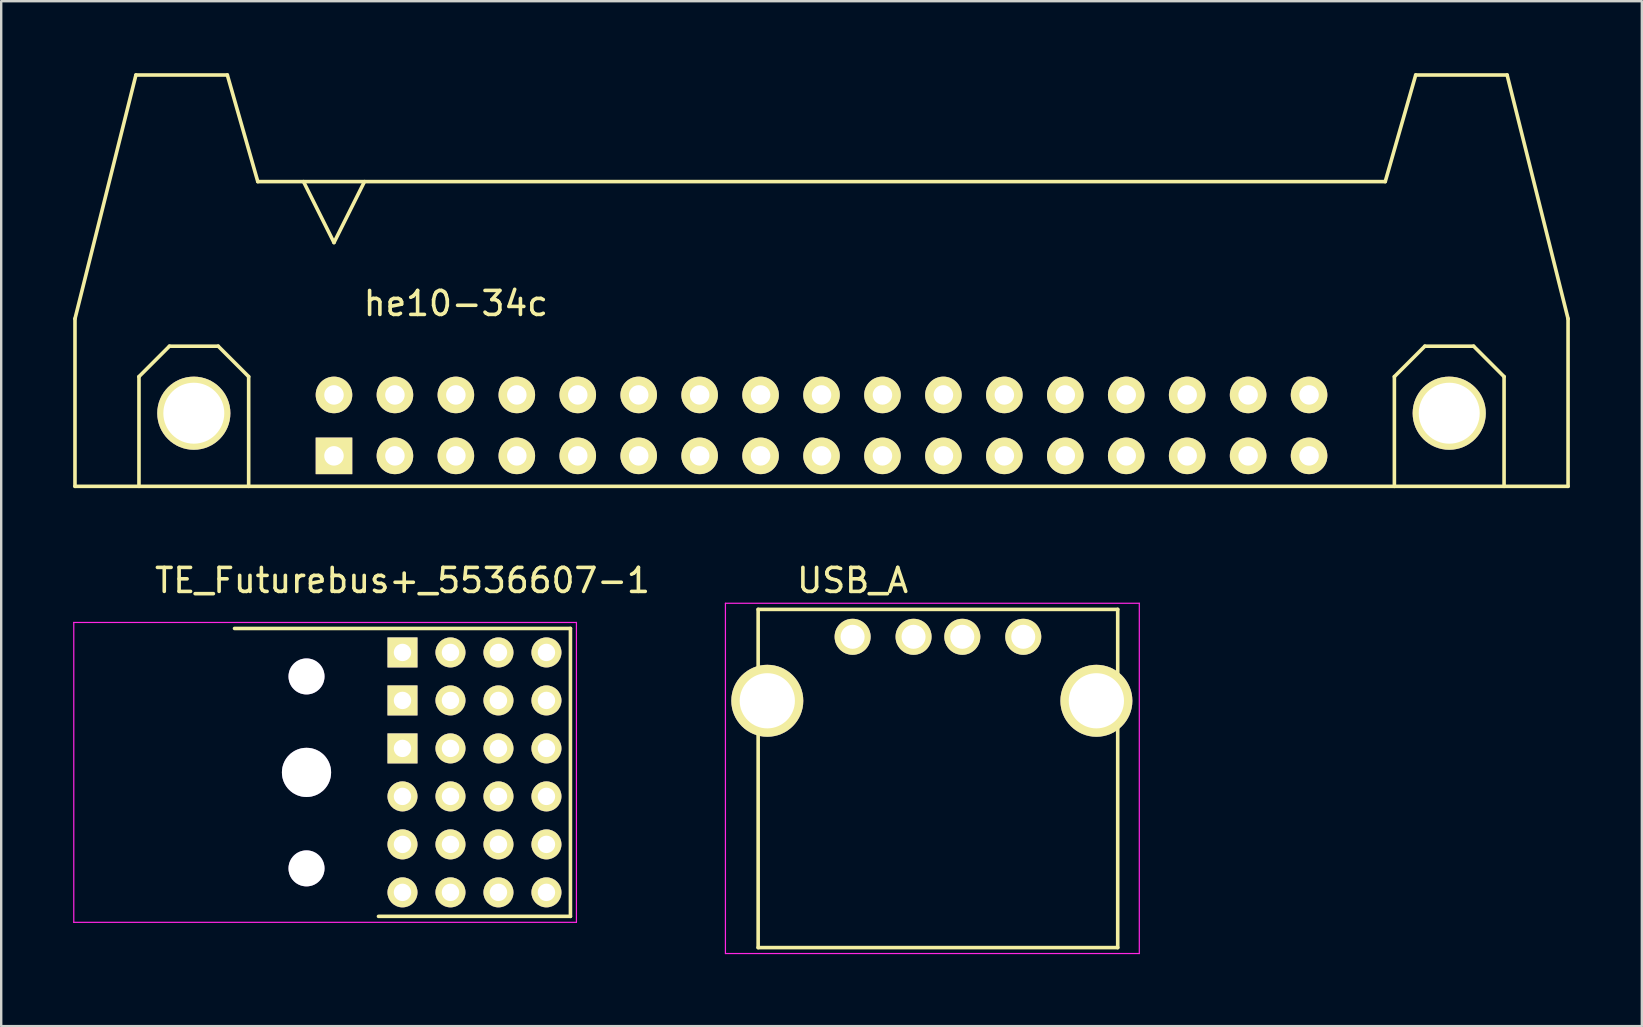
<source format=kicad_pcb>
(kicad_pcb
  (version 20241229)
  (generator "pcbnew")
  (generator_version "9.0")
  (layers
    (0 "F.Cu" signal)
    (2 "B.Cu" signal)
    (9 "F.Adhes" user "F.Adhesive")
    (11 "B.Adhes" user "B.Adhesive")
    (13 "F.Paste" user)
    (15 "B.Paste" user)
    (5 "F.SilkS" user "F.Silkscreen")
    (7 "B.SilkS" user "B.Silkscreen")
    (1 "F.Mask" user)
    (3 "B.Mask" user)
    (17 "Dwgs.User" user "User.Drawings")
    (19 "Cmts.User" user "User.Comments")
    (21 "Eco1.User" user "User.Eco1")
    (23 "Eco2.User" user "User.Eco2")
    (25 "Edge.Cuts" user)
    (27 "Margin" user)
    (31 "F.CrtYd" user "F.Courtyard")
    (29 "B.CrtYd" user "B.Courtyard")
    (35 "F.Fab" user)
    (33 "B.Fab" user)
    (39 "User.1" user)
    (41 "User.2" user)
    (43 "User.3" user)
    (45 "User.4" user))
  (footprint "TE_Futurebus+_5536607-1"
    (layer "F.Cu")
    (at 13.725 24.143)
    (property "Reference" "TE_Futurebus+_5536607-1" (at 0 -3 0) (layer "F.SilkS") (effects (font (size 1 1) (thickness 0.15))))
    (attr through_hole)
    (fp_line (start -7 -1) (end 7 -1) (stroke (width 0.15) (type solid)) (layer "F.SilkS"))
    (fp_line (start 7 -1) (end 7 11) (stroke (width 0.15) (type solid)) (layer "F.SilkS"))
    (fp_line (start 7 11) (end -1 11) (stroke (width 0.15) (type solid)) (layer "F.SilkS"))
    (fp_line (start -13.7 -1.25) (end 7.25 -1.25) (stroke (width 0.05) (type solid)) (layer "F.CrtYd"))
    (fp_line (start -13.7 11.25) (end -13.7 -1.25) (stroke (width 0.05) (type solid)) (layer "F.CrtYd"))
    (fp_line (start 7.25 -1.25) (end 7.25 11.25) (stroke (width 0.05) (type solid)) (layer "F.CrtYd"))
    (fp_line (start 7.25 11.25) (end -13.7 11.25) (stroke (width 0.05) (type solid)) (layer "F.CrtYd"))
    (pad "" thru_hole circle (at -4 1) (size 1.5 1.5) (drill 1.5) (layers "*.Cu" "*.Mask"))
    (pad "" thru_hole circle (at -4 5) (size 2.05 2.05) (drill 2.05) (layers "*.Cu" "*.Mask"))
    (pad "" thru_hole circle (at -4 9) (size 1.5 1.5) (drill 1.5) (layers "*.Cu" "*.Mask"))
    (pad "1" thru_hole rect (at 0 0) (size 1.25 1.25) (drill 0.725) (layers "*.Cu" "*.Mask" "F.SilkS"))
    (pad "1" thru_hole rect (at 0 2) (size 1.25 1.25) (drill 0.725) (layers "*.Cu" "*.Mask" "F.SilkS"))
    (pad "1" thru_hole rect (at 0 4) (size 1.25 1.25) (drill 0.725) (layers "*.Cu" "*.Mask" "F.SilkS"))
    (pad "2" thru_hole circle (at 2 0) (size 1.25 1.25) (drill 0.725) (layers "*.Cu" "*.Mask" "F.SilkS"))
    (pad "2" thru_hole circle (at 2 2) (size 1.25 1.25) (drill 0.725) (layers "*.Cu" "*.Mask" "F.SilkS"))
    (pad "2" thru_hole circle (at 2 4) (size 1.25 1.25) (drill 0.725) (layers "*.Cu" "*.Mask" "F.SilkS"))
    (pad "3" thru_hole circle (at 4 0) (size 1.25 1.25) (drill 0.725) (layers "*.Cu" "*.Mask" "F.SilkS"))
    (pad "3" thru_hole circle (at 4 2) (size 1.25 1.25) (drill 0.725) (layers "*.Cu" "*.Mask" "F.SilkS"))
    (pad "3" thru_hole circle (at 4 4) (size 1.25 1.25) (drill 0.725) (layers "*.Cu" "*.Mask" "F.SilkS"))
    (pad "4" thru_hole circle (at 6 0) (size 1.25 1.25) (drill 0.725) (layers "*.Cu" "*.Mask" "F.SilkS"))
    (pad "4" thru_hole circle (at 6 2) (size 1.25 1.25) (drill 0.725) (layers "*.Cu" "*.Mask" "F.SilkS"))
    (pad "4" thru_hole circle (at 6 4) (size 1.25 1.25) (drill 0.725) (layers "*.Cu" "*.Mask" "F.SilkS"))
    (pad "5" thru_hole circle (at 0 6) (size 1.25 1.25) (drill 0.725) (layers "*.Cu" "*.Mask" "F.SilkS"))
    (pad "5" thru_hole circle (at 0 8) (size 1.25 1.25) (drill 0.725) (layers "*.Cu" "*.Mask" "F.SilkS"))
    (pad "5" thru_hole circle (at 0 10) (size 1.25 1.25) (drill 0.725) (layers "*.Cu" "*.Mask" "F.SilkS"))
    (pad "6" thru_hole circle (at 2 6) (size 1.25 1.25) (drill 0.725) (layers "*.Cu" "*.Mask" "F.SilkS"))
    (pad "6" thru_hole circle (at 2 8) (size 1.25 1.25) (drill 0.725) (layers "*.Cu" "*.Mask" "F.SilkS"))
    (pad "6" thru_hole circle (at 2 10) (size 1.25 1.25) (drill 0.725) (layers "*.Cu" "*.Mask" "F.SilkS"))
    (pad "7" thru_hole circle (at 4 6) (size 1.25 1.25) (drill 0.725) (layers "*.Cu" "*.Mask" "F.SilkS"))
    (pad "7" thru_hole circle (at 4 8) (size 1.25 1.25) (drill 0.725) (layers "*.Cu" "*.Mask" "F.SilkS"))
    (pad "7" thru_hole circle (at 4 10) (size 1.25 1.25) (drill 0.725) (layers "*.Cu" "*.Mask" "F.SilkS"))
    (pad "8" thru_hole circle (at 6 6) (size 1.25 1.25) (drill 0.725) (layers "*.Cu" "*.Mask" "F.SilkS"))
    (pad "8" thru_hole circle (at 6 8) (size 1.25 1.25) (drill 0.725) (layers "*.Cu" "*.Mask" "F.SilkS"))
    (pad "8" thru_hole circle (at 6 10) (size 1.25 1.25) (drill 0.725) (layers "*.Cu" "*.Mask" "F.SilkS")))
  (footprint "USB_A"
    (layer "F.Cu")
    (at 32.485 23.493)
    (property "Reference" "USB_A" (at 0 -2.35 0) (layer "F.SilkS") (effects (font (size 1 1) (thickness 0.15))))
    (attr through_hole)
    (fp_line (start -3.936 12.952) (end -3.936 -1.145) (stroke (width 0.15) (type solid)) (layer "F.SilkS"))
    (fp_line (start 11.05 -1.145) (end -3.936 -1.145) (stroke (width 0.15) (type solid)) (layer "F.SilkS"))
    (fp_line (start 11.05 -1.145) (end 11.05 12.952) (stroke (width 0.15) (type solid)) (layer "F.SilkS"))
    (fp_line (start 11.05 12.952) (end -3.936 12.952) (stroke (width 0.15) (type solid)) (layer "F.SilkS"))
    (fp_line (start -5.3 -1.4) (end 11.95 -1.4) (stroke (width 0.05) (type solid)) (layer "F.CrtYd"))
    (fp_line (start -5.3 13.2) (end -5.3 -1.4) (stroke (width 0.05) (type solid)) (layer "F.CrtYd"))
    (fp_line (start -5.3 13.2) (end 11.95 13.2) (stroke (width 0.05) (type solid)) (layer "F.CrtYd"))
    (fp_line (start 11.95 -1.4) (end 11.95 13.2) (stroke (width 0.05) (type solid)) (layer "F.CrtYd"))
    (pad "1" thru_hole circle (at 0.001 -0.002 270) (size 1.501 1.501) (drill 1.001) (layers "*.Cu" "*.Mask" "F.SilkS"))
    (pad "2" thru_hole circle (at 2.541 -0.002 270) (size 1.501 1.501) (drill 1.001) (layers "*.Cu" "*.Mask" "F.SilkS"))
    (pad "3" thru_hole circle (at 4.573 -0.002 270) (size 1.501 1.501) (drill 1.001) (layers "*.Cu" "*.Mask" "F.SilkS"))
    (pad "4" thru_hole circle (at 7.113 -0.002 270) (size 1.501 1.501) (drill 1.001) (layers "*.Cu" "*.Mask" "F.SilkS"))
    (pad "5" thru_hole circle (at -3.555 2.665 270) (size 3 3) (drill 2.301) (layers "*.Cu" "*.Mask" "F.SilkS"))
    (pad "5" thru_hole circle (at 10.161 2.665 270) (size 3 3) (drill 2.301) (layers "*.Cu" "*.Mask" "F.SilkS")))
  (footprint "he10-34c"
    (layer "F.Cu")
    (at 31.19 14.68)
    (property "Reference" "he10-34c" (at -15.24 -5.08 0) (layer "F.SilkS") (effects (font (size 1 1) (thickness 0.15))))
    (attr through_hole)
    (fp_line (start -31.115 -4.445) (end -31.115 2.54) (stroke (width 0.15) (type solid)) (layer "F.SilkS"))
    (fp_line (start -31.115 2.54) (end 31.115 2.54) (stroke (width 0.15) (type solid)) (layer "F.SilkS"))
    (fp_line (start -28.575 -14.605) (end -31.115 -4.445) (stroke (width 0.15) (type solid)) (layer "F.SilkS"))
    (fp_line (start -28.575 -14.605) (end -24.765 -14.605) (stroke (width 0.15) (type solid)) (layer "F.SilkS"))
    (fp_line (start -28.448 -2.032) (end -27.178 -3.302) (stroke (width 0.15) (type solid)) (layer "F.SilkS"))
    (fp_line (start -28.448 2.54) (end -28.448 -2.032) (stroke (width 0.15) (type solid)) (layer "F.SilkS"))
    (fp_line (start -27.178 -3.302) (end -25.146 -3.302) (stroke (width 0.15) (type solid)) (layer "F.SilkS"))
    (fp_line (start -25.146 -3.302) (end -23.876 -2.032) (stroke (width 0.15) (type solid)) (layer "F.SilkS"))
    (fp_line (start -24.765 -14.605) (end -23.495 -10.16) (stroke (width 0.15) (type solid)) (layer "F.SilkS"))
    (fp_line (start -23.876 2.54) (end -23.876 -2.032) (stroke (width 0.15) (type solid)) (layer "F.SilkS"))
    (fp_line (start -23.495 -10.16) (end 23.495 -10.16) (stroke (width 0.15) (type solid)) (layer "F.SilkS"))
    (fp_line (start -21.59 -10.16) (end -20.32 -7.62) (stroke (width 0.15) (type solid)) (layer "F.SilkS"))
    (fp_line (start -20.32 -7.62) (end -19.05 -10.16) (stroke (width 0.15) (type solid)) (layer "F.SilkS"))
    (fp_line (start 23.876 -2.032) (end 25.146 -3.302) (stroke (width 0.15) (type solid)) (layer "F.SilkS"))
    (fp_line (start 23.876 2.54) (end 23.876 -2.032) (stroke (width 0.15) (type solid)) (layer "F.SilkS"))
    (fp_line (start 24.765 -14.605) (end 23.495 -10.16) (stroke (width 0.15) (type solid)) (layer "F.SilkS"))
    (fp_line (start 25.146 -3.302) (end 27.178 -3.302) (stroke (width 0.15) (type solid)) (layer "F.SilkS"))
    (fp_line (start 27.178 -3.302) (end 28.448 -2.032) (stroke (width 0.15) (type solid)) (layer "F.SilkS"))
    (fp_line (start 28.448 -2.032) (end 28.448 2.54) (stroke (width 0.15) (type solid)) (layer "F.SilkS"))
    (fp_line (start 28.575 -14.605) (end 24.765 -14.605) (stroke (width 0.15) (type solid)) (layer "F.SilkS"))
    (fp_line (start 31.115 -4.445) (end 28.575 -14.605) (stroke (width 0.15) (type solid)) (layer "F.SilkS"))
    (fp_line (start 31.115 2.54) (end 31.115 -4.445) (stroke (width 0.15) (type solid)) (layer "F.SilkS"))
    (pad "0" thru_hole circle (at -26.162 -0.508) (size 3.048 3.048) (drill 2.54) (layers "*.Cu" "*.Mask" "F.SilkS"))
    (pad "0" thru_hole circle (at 26.162 -0.508) (size 3.048 3.048) (drill 2.54) (layers "*.Cu" "*.Mask" "F.SilkS"))
    (pad "1" thru_hole rect (at -20.32 1.27) (size 1.524 1.524) (drill 0.813) (layers "*.Cu" "*.Mask" "F.SilkS"))
    (pad "2" thru_hole circle (at -20.32 -1.27) (size 1.524 1.524) (drill 0.813) (layers "*.Cu" "*.Mask" "F.SilkS"))
    (pad "3" thru_hole circle (at -17.78 1.27) (size 1.524 1.524) (drill 0.813) (layers "*.Cu" "*.Mask" "F.SilkS"))
    (pad "4" thru_hole circle (at -17.78 -1.27) (size 1.524 1.524) (drill 0.813) (layers "*.Cu" "*.Mask" "F.SilkS"))
    (pad "5" thru_hole circle (at -15.24 1.27) (size 1.524 1.524) (drill 0.813) (layers "*.Cu" "*.Mask" "F.SilkS"))
    (pad "6" thru_hole circle (at -15.24 -1.27) (size 1.524 1.524) (drill 0.813) (layers "*.Cu" "*.Mask" "F.SilkS"))
    (pad "7" thru_hole circle (at -12.7 1.27) (size 1.524 1.524) (drill 0.813) (layers "*.Cu" "*.Mask" "F.SilkS"))
    (pad "8" thru_hole circle (at -12.7 -1.27) (size 1.524 1.524) (drill 0.813) (layers "*.Cu" "*.Mask" "F.SilkS"))
    (pad "9" thru_hole circle (at -10.16 1.27) (size 1.524 1.524) (drill 0.813) (layers "*.Cu" "*.Mask" "F.SilkS"))
    (pad "10" thru_hole circle (at -10.16 -1.27) (size 1.524 1.524) (drill 0.813) (layers "*.Cu" "*.Mask" "F.SilkS"))
    (pad "11" thru_hole circle (at -7.62 1.27) (size 1.524 1.524) (drill 0.813) (layers "*.Cu" "*.Mask" "F.SilkS"))
    (pad "12" thru_hole circle (at -7.62 -1.27) (size 1.524 1.524) (drill 0.813) (layers "*.Cu" "*.Mask" "F.SilkS"))
    (pad "13" thru_hole circle (at -5.08 1.27) (size 1.524 1.524) (drill 0.813) (layers "*.Cu" "*.Mask" "F.SilkS"))
    (pad "14" thru_hole circle (at -5.08 -1.27) (size 1.524 1.524) (drill 0.813) (layers "*.Cu" "*.Mask" "F.SilkS"))
    (pad "15" thru_hole circle (at -2.54 1.27) (size 1.524 1.524) (drill 0.813) (layers "*.Cu" "*.Mask" "F.SilkS"))
    (pad "16" thru_hole circle (at -2.54 -1.27) (size 1.524 1.524) (drill 0.813) (layers "*.Cu" "*.Mask" "F.SilkS"))
    (pad "17" thru_hole circle (at 0 1.27) (size 1.524 1.524) (drill 0.813) (layers "*.Cu" "*.Mask" "F.SilkS"))
    (pad "18" thru_hole circle (at 0 -1.27) (size 1.524 1.524) (drill 0.813) (layers "*.Cu" "*.Mask" "F.SilkS"))
    (pad "19" thru_hole circle (at 2.54 1.27) (size 1.524 1.524) (drill 0.813) (layers "*.Cu" "*.Mask" "F.SilkS"))
    (pad "20" thru_hole circle (at 2.54 -1.27) (size 1.524 1.524) (drill 0.813) (layers "*.Cu" "*.Mask" "F.SilkS"))
    (pad "21" thru_hole circle (at 5.08 1.27) (size 1.524 1.524) (drill 0.813) (layers "*.Cu" "*.Mask" "F.SilkS"))
    (pad "22" thru_hole circle (at 5.08 -1.27) (size 1.524 1.524) (drill 0.813) (layers "*.Cu" "*.Mask" "F.SilkS"))
    (pad "23" thru_hole circle (at 7.62 1.27) (size 1.524 1.524) (drill 0.813) (layers "*.Cu" "*.Mask" "F.SilkS"))
    (pad "24" thru_hole circle (at 7.62 -1.27) (size 1.524 1.524) (drill 0.813) (layers "*.Cu" "*.Mask" "F.SilkS"))
    (pad "25" thru_hole circle (at 10.16 1.27) (size 1.524 1.524) (drill 0.813) (layers "*.Cu" "*.Mask" "F.SilkS"))
    (pad "26" thru_hole circle (at 10.16 -1.27) (size 1.524 1.524) (drill 0.813) (layers "*.Cu" "*.Mask" "F.SilkS"))
    (pad "27" thru_hole circle (at 12.7 1.27) (size 1.524 1.524) (drill 0.813) (layers "*.Cu" "*.Mask" "F.SilkS"))
    (pad "28" thru_hole circle (at 12.7 -1.27) (size 1.524 1.524) (drill 0.813) (layers "*.Cu" "*.Mask" "F.SilkS"))
    (pad "29" thru_hole circle (at 15.24 1.27) (size 1.524 1.524) (drill 0.813) (layers "*.Cu" "*.Mask" "F.SilkS"))
    (pad "30" thru_hole circle (at 15.24 -1.27) (size 1.524 1.524) (drill 0.813) (layers "*.Cu" "*.Mask" "F.SilkS"))
    (pad "31" thru_hole circle (at 17.78 1.27) (size 1.524 1.524) (drill 0.813) (layers "*.Cu" "*.Mask" "F.SilkS"))
    (pad "32" thru_hole circle (at 17.78 -1.27) (size 1.524 1.524) (drill 0.813) (layers "*.Cu" "*.Mask" "F.SilkS"))
    (pad "33" thru_hole circle (at 20.32 1.27) (size 1.524 1.524) (drill 0.813) (layers "*.Cu" "*.Mask" "F.SilkS"))
    (pad "34" thru_hole circle (at 20.32 -1.27) (size 1.524 1.524) (drill 0.813) (layers "*.Cu" "*.Mask" "F.SilkS")))
  (gr_rect
    (start -3 -3)
    (end 65.38 39.718)
    (stroke (width 0.1) (type default))
    (fill no)
    (layer "Edge.Cuts")))
</source>
